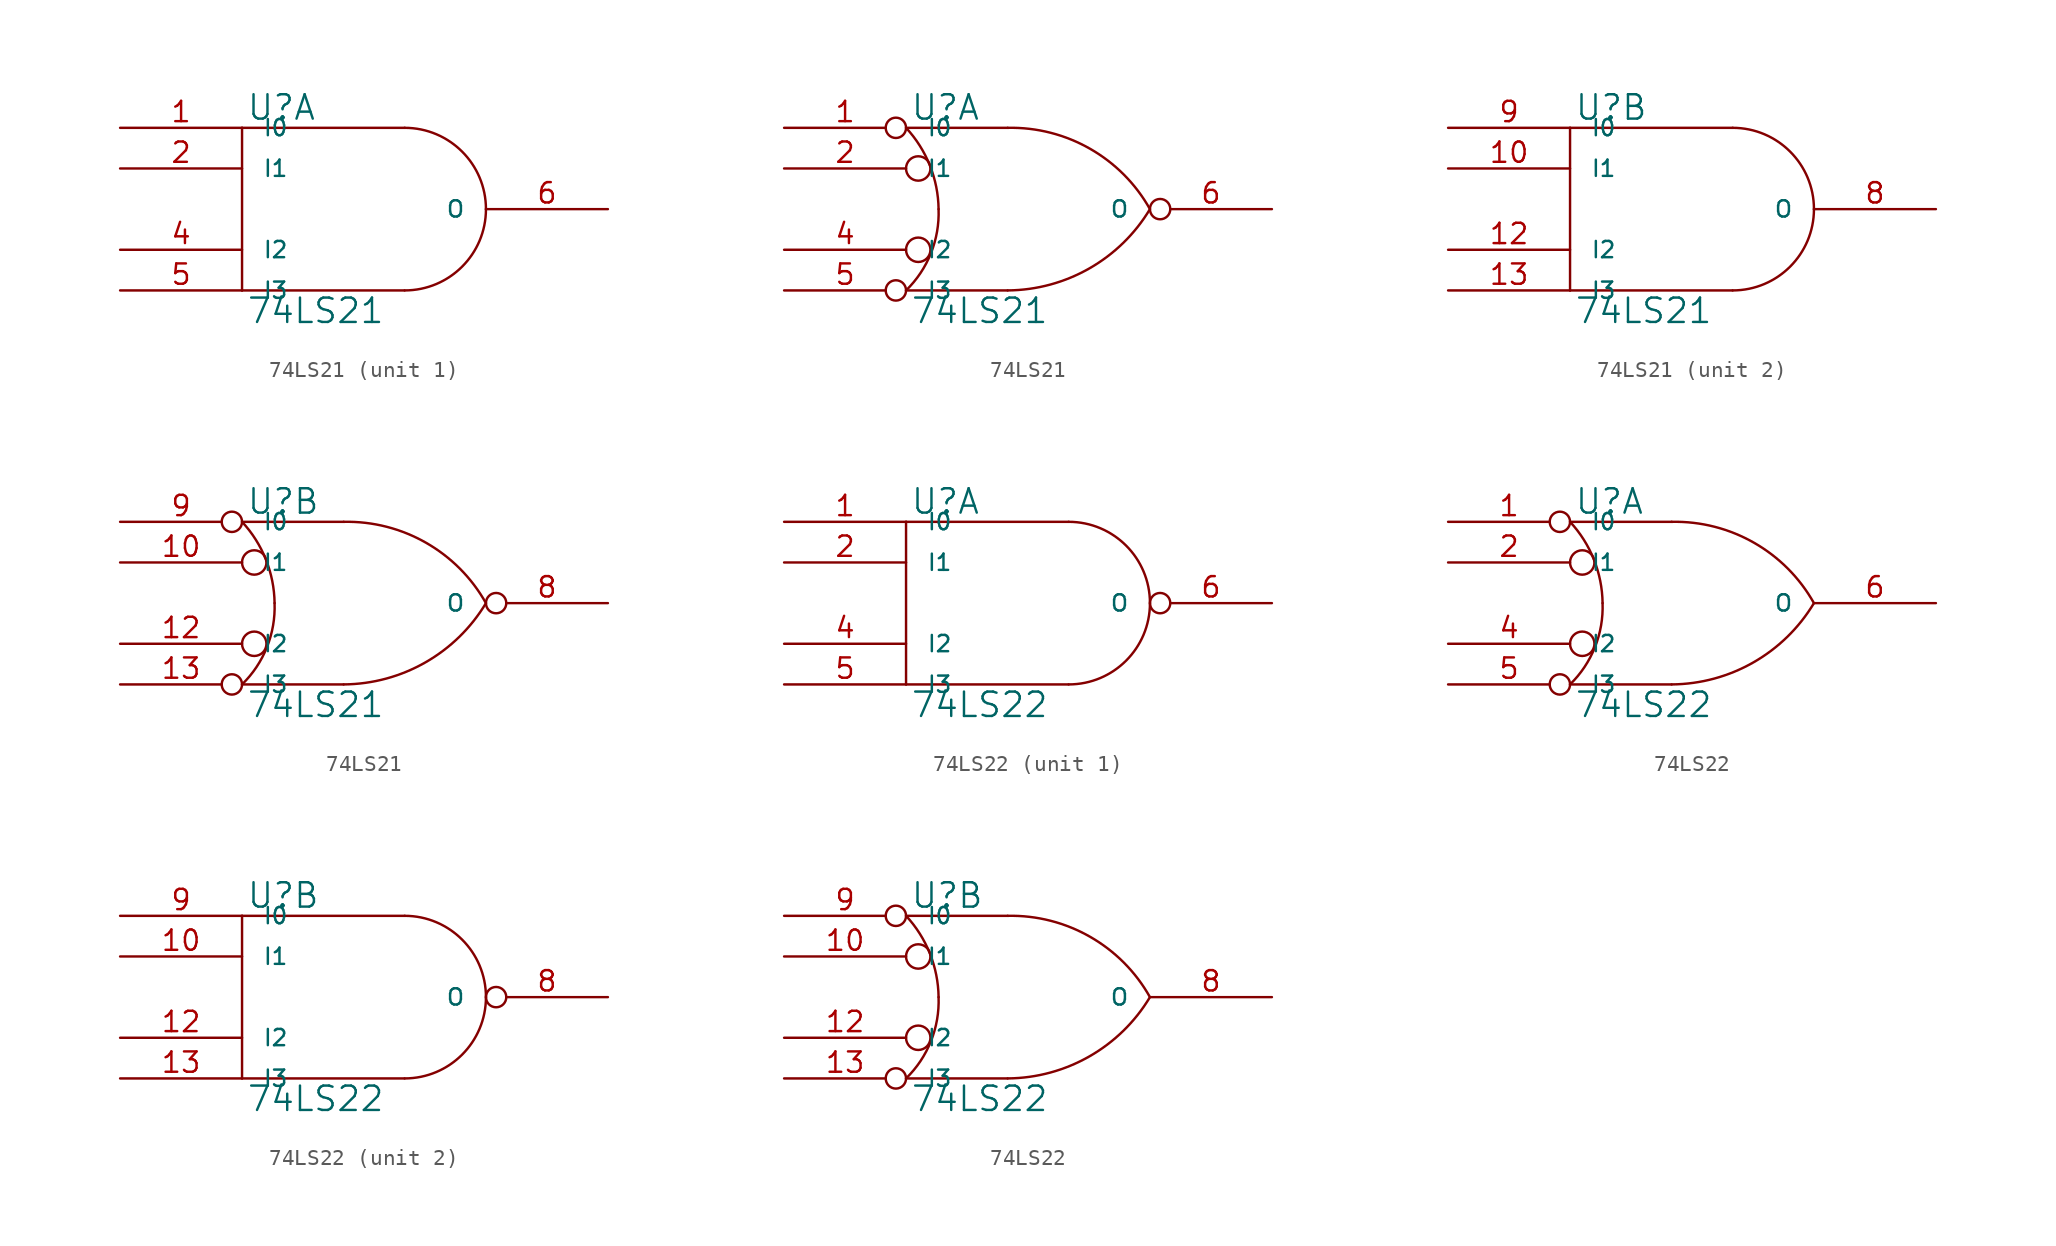
<source format=kicad_sym>
(kicad_symbol_lib
  (version 20231120)
  (generator "kicad_symbol_editor")
  (generator_version "8.0")
  (symbol "74LS21"
    (pin_names
      (offset 1.27))
    (property "Reference" "U"
      (at 0.254 0.381 0)
      (effects (font (size 1.524 1.524)) (justify left bottom)))
    (property "Value" "74LS21"
      (at 0.254 -10.541 0)
      (effects (font (size 1.524 1.524)) (justify left top)))
    (symbol "74LS21_0_1"
      (polyline (pts (xy 0 -10.16) (xy 10.16 -10.16)) (stroke (width 0) (type solid)) (fill (type none)))
      (polyline (pts (xy 0 0) (xy 0 -10.16)) (stroke (width 0) (type solid)) (fill (type none)))
      (polyline (pts (xy 10.16 0) (xy 0 0)) (stroke (width 0) (type solid)) (fill (type none)))
      (arc (start 10.16 -10.16) (mid 13.7521 -8.6721) (end 15.24 -5.08) (stroke (width 0) (type solid)) (fill (type none)))
      (arc (start 15.24 -5.08) (mid 13.7521 -1.4879) (end 10.16 0) (stroke (width 0) (type solid)) (fill (type none))))
    (symbol "74LS21_0_2"
      (arc (start 0 -10.16) (mid 1.5573 -7.8293) (end 2.032 -5.08) (stroke (width 0) (type solid)) (fill (type none)))
      (polyline (pts (xy 6.35 -10.16) (xy 0 -10.16)) (stroke (width 0) (type solid)) (fill (type none)))
      (polyline (pts (xy 6.35 0) (xy 0 0)) (stroke (width 0) (type solid)) (fill (type none)))
      (circle (center 0.762 -7.62) (radius 0.762) (stroke (width 0) (type solid)) (fill (type none)))
      (circle (center 0.762 -2.54) (radius 0.762) (stroke (width 0) (type solid)) (fill (type none)))
      (arc (start 2.032 -5.08) (mid 1.4906 -2.3584) (end 0 0) (stroke (width 0) (type solid)) (fill (type none)))
      (arc (start 6.35 -10.16) (mid 11.4496 -8.7875) (end 15.24 -5.08) (stroke (width 0) (type solid)) (fill (type none)))
      (arc (start 15.24 -5.08) (mid 11.4893 -1.3041) (end 6.35 0) (stroke (width 0) (type solid)) (fill (type none))))
    (symbol "74LS21_1_1"
      (pin input line (at -7.62 0 0) (length 7.62) (name "I0" (effects (font (size 1.016 1.016)))) (number "1" (effects (font (size 1.27 1.27)))))
      (pin power_in line (at 0 0 270) (length 0) hide (name "VCC" (effects (font (size 1.016 1.016)))) (number "14" (effects (font (size 1.27 1.27)))))
      (pin input line (at -7.62 -2.54 0) (length 7.62) (name "I1" (effects (font (size 1.016 1.016)))) (number "2" (effects (font (size 1.27 1.27)))))
      (pin input line (at -7.62 -7.62 0) (length 7.62) (name "I2" (effects (font (size 1.016 1.016)))) (number "4" (effects (font (size 1.27 1.27)))))
      (pin input line (at -7.62 -10.16 0) (length 7.62) (name "I3" (effects (font (size 1.016 1.016)))) (number "5" (effects (font (size 1.27 1.27)))))
      (pin output line (at 22.86 -5.08 180) (length 7.62) (name "O" (effects (font (size 1.016 1.016)))) (number "6" (effects (font (size 1.27 1.27)))))
      (pin power_in line (at 0 -10.16 90) (length 0) hide (name "GND" (effects (font (size 1.016 1.016)))) (number "7" (effects (font (size 1.27 1.27))))))
    (symbol "74LS21_1_2"
      (pin input inverted (at -7.62 0 0) (length 7.62) (name "I0" (effects (font (size 1.016 1.016)))) (number "1" (effects (font (size 1.27 1.27)))))
      (pin power_in line (at 0 0 270) (length 0) hide (name "VCC" (effects (font (size 1.016 1.016)))) (number "14" (effects (font (size 1.27 1.27)))))
      (pin input line (at -7.62 -2.54 0) (length 7.62) (name "I1" (effects (font (size 1.016 1.016)))) (number "2" (effects (font (size 1.27 1.27)))))
      (pin input line (at -7.62 -7.62 0) (length 7.62) (name "I2" (effects (font (size 1.016 1.016)))) (number "4" (effects (font (size 1.27 1.27)))))
      (pin input inverted (at -7.62 -10.16 0) (length 7.62) (name "I3" (effects (font (size 1.016 1.016)))) (number "5" (effects (font (size 1.27 1.27)))))
      (pin output inverted (at 22.86 -5.08 180) (length 7.62) (name "O" (effects (font (size 1.016 1.016)))) (number "6" (effects (font (size 1.27 1.27)))))
      (pin power_in line (at 0 -10.16 90) (length 0) hide (name "GND" (effects (font (size 1.016 1.016)))) (number "7" (effects (font (size 1.27 1.27))))))
    (symbol "74LS21_2_1"
      (pin input line (at -7.62 -2.54 0) (length 7.62) (name "I1" (effects (font (size 1.016 1.016)))) (number "10" (effects (font (size 1.27 1.27)))))
      (pin input line (at -7.62 -7.62 0) (length 7.62) (name "I2" (effects (font (size 1.016 1.016)))) (number "12" (effects (font (size 1.27 1.27)))))
      (pin input line (at -7.62 -10.16 0) (length 7.62) (name "I3" (effects (font (size 1.016 1.016)))) (number "13" (effects (font (size 1.27 1.27)))))
      (pin power_in line (at 0 0 270) (length 0) hide (name "VCC" (effects (font (size 1.016 1.016)))) (number "14" (effects (font (size 1.27 1.27)))))
      (pin power_in line (at 0 -10.16 90) (length 0) hide (name "GND" (effects (font (size 1.016 1.016)))) (number "7" (effects (font (size 1.27 1.27)))))
      (pin output line (at 22.86 -5.08 180) (length 7.62) (name "O" (effects (font (size 1.016 1.016)))) (number "8" (effects (font (size 1.27 1.27)))))
      (pin input line (at -7.62 0 0) (length 7.62) (name "I0" (effects (font (size 1.016 1.016)))) (number "9" (effects (font (size 1.27 1.27))))))
    (symbol "74LS21_2_2"
      (pin input line (at -7.62 -2.54 0) (length 7.62) (name "I1" (effects (font (size 1.016 1.016)))) (number "10" (effects (font (size 1.27 1.27)))))
      (pin input line (at -7.62 -7.62 0) (length 7.62) (name "I2" (effects (font (size 1.016 1.016)))) (number "12" (effects (font (size 1.27 1.27)))))
      (pin input inverted (at -7.62 -10.16 0) (length 7.62) (name "I3" (effects (font (size 1.016 1.016)))) (number "13" (effects (font (size 1.27 1.27)))))
      (pin power_in line (at 0 0 270) (length 0) hide (name "VCC" (effects (font (size 1.016 1.016)))) (number "14" (effects (font (size 1.27 1.27)))))
      (pin power_in line (at 0 -10.16 90) (length 0) hide (name "GND" (effects (font (size 1.016 1.016)))) (number "7" (effects (font (size 1.27 1.27)))))
      (pin output inverted (at 22.86 -5.08 180) (length 7.62) (name "O" (effects (font (size 1.016 1.016)))) (number "8" (effects (font (size 1.27 1.27)))))
      (pin input inverted (at -7.62 0 0) (length 7.62) (name "I0" (effects (font (size 1.016 1.016)))) (number "9" (effects (font (size 1.27 1.27)))))))
  (symbol "74LS22"
    (pin_names
      (offset 1.27))
    (property "Reference" "U"
      (at 0.254 0.381 0)
      (effects (font (size 1.524 1.524)) (justify left bottom)))
    (property "Value" "74LS22"
      (at 0.254 -10.541 0)
      (effects (font (size 1.524 1.524)) (justify left top)))
    (symbol "74LS22_0_1"
      (polyline (pts (xy 0 -10.16) (xy 10.16 -10.16)) (stroke (width 0) (type solid)) (fill (type none)))
      (polyline (pts (xy 0 0) (xy 0 -10.16)) (stroke (width 0) (type solid)) (fill (type none)))
      (polyline (pts (xy 10.16 0) (xy 0 0)) (stroke (width 0) (type solid)) (fill (type none)))
      (arc (start 10.16 -10.16) (mid 13.7521 -8.6721) (end 15.24 -5.08) (stroke (width 0) (type solid)) (fill (type none)))
      (arc (start 15.24 -5.08) (mid 13.7521 -1.4879) (end 10.16 0) (stroke (width 0) (type solid)) (fill (type none))))
    (symbol "74LS22_0_2"
      (arc (start 0 -10.16) (mid 1.5573 -7.8293) (end 2.032 -5.08) (stroke (width 0) (type solid)) (fill (type none)))
      (polyline (pts (xy 6.35 -10.16) (xy 0 -10.16)) (stroke (width 0) (type solid)) (fill (type none)))
      (polyline (pts (xy 6.35 0) (xy 0 0)) (stroke (width 0) (type solid)) (fill (type none)))
      (circle (center 0.762 -7.62) (radius 0.762) (stroke (width 0) (type solid)) (fill (type none)))
      (circle (center 0.762 -2.54) (radius 0.762) (stroke (width 0) (type solid)) (fill (type none)))
      (arc (start 2.032 -5.08) (mid 1.4906 -2.3584) (end 0 0) (stroke (width 0) (type solid)) (fill (type none)))
      (arc (start 6.35 -10.16) (mid 11.4496 -8.7875) (end 15.24 -5.08) (stroke (width 0) (type solid)) (fill (type none)))
      (arc (start 15.24 -5.08) (mid 11.4893 -1.3041) (end 6.35 0) (stroke (width 0) (type solid)) (fill (type none))))
    (symbol "74LS22_1_1"
      (pin input line (at -7.62 0 0) (length 7.62) (name "I0" (effects (font (size 1.016 1.016)))) (number "1" (effects (font (size 1.27 1.27)))))
      (pin power_in line (at 0 0 270) (length 0) hide (name "VCC" (effects (font (size 1.016 1.016)))) (number "14" (effects (font (size 1.27 1.27)))))
      (pin input line (at -7.62 -2.54 0) (length 7.62) (name "I1" (effects (font (size 1.016 1.016)))) (number "2" (effects (font (size 1.27 1.27)))))
      (pin input line (at -7.62 -7.62 0) (length 7.62) (name "I2" (effects (font (size 1.016 1.016)))) (number "4" (effects (font (size 1.27 1.27)))))
      (pin input line (at -7.62 -10.16 0) (length 7.62) (name "I3" (effects (font (size 1.016 1.016)))) (number "5" (effects (font (size 1.27 1.27)))))
      (pin open_collector inverted (at 22.86 -5.08 180) (length 7.62) (name "O" (effects (font (size 1.016 1.016)))) (number "6" (effects (font (size 1.27 1.27)))))
      (pin power_in line (at 0 -10.16 90) (length 0) hide (name "GND" (effects (font (size 1.016 1.016)))) (number "7" (effects (font (size 1.27 1.27))))))
    (symbol "74LS22_1_2"
      (pin input inverted (at -7.62 0 0) (length 7.62) (name "I0" (effects (font (size 1.016 1.016)))) (number "1" (effects (font (size 1.27 1.27)))))
      (pin power_in line (at 0 0 270) (length 0) hide (name "VCC" (effects (font (size 1.016 1.016)))) (number "14" (effects (font (size 1.27 1.27)))))
      (pin input line (at -7.62 -2.54 0) (length 7.62) (name "I1" (effects (font (size 1.016 1.016)))) (number "2" (effects (font (size 1.27 1.27)))))
      (pin input line (at -7.62 -7.62 0) (length 7.62) (name "I2" (effects (font (size 1.016 1.016)))) (number "4" (effects (font (size 1.27 1.27)))))
      (pin input inverted (at -7.62 -10.16 0) (length 7.62) (name "I3" (effects (font (size 1.016 1.016)))) (number "5" (effects (font (size 1.27 1.27)))))
      (pin open_collector line (at 22.86 -5.08 180) (length 7.62) (name "O" (effects (font (size 1.016 1.016)))) (number "6" (effects (font (size 1.27 1.27)))))
      (pin power_in line (at 0 -10.16 90) (length 0) hide (name "GND" (effects (font (size 1.016 1.016)))) (number "7" (effects (font (size 1.27 1.27))))))
    (symbol "74LS22_2_1"
      (pin input line (at -7.62 -2.54 0) (length 7.62) (name "I1" (effects (font (size 1.016 1.016)))) (number "10" (effects (font (size 1.27 1.27)))))
      (pin input line (at -7.62 -7.62 0) (length 7.62) (name "I2" (effects (font (size 1.016 1.016)))) (number "12" (effects (font (size 1.27 1.27)))))
      (pin input line (at -7.62 -10.16 0) (length 7.62) (name "I3" (effects (font (size 1.016 1.016)))) (number "13" (effects (font (size 1.27 1.27)))))
      (pin power_in line (at 0 0 270) (length 0) hide (name "VCC" (effects (font (size 1.016 1.016)))) (number "14" (effects (font (size 1.27 1.27)))))
      (pin power_in line (at 0 -10.16 90) (length 0) hide (name "GND" (effects (font (size 1.016 1.016)))) (number "7" (effects (font (size 1.27 1.27)))))
      (pin open_collector inverted (at 22.86 -5.08 180) (length 7.62) (name "O" (effects (font (size 1.016 1.016)))) (number "8" (effects (font (size 1.27 1.27)))))
      (pin input line (at -7.62 0 0) (length 7.62) (name "I0" (effects (font (size 1.016 1.016)))) (number "9" (effects (font (size 1.27 1.27))))))
    (symbol "74LS22_2_2"
      (pin input line (at -7.62 -2.54 0) (length 7.62) (name "I1" (effects (font (size 1.016 1.016)))) (number "10" (effects (font (size 1.27 1.27)))))
      (pin input line (at -7.62 -7.62 0) (length 7.62) (name "I2" (effects (font (size 1.016 1.016)))) (number "12" (effects (font (size 1.27 1.27)))))
      (pin input inverted (at -7.62 -10.16 0) (length 7.62) (name "I3" (effects (font (size 1.016 1.016)))) (number "13" (effects (font (size 1.27 1.27)))))
      (pin power_in line (at 0 0 270) (length 0) hide (name "VCC" (effects (font (size 1.016 1.016)))) (number "14" (effects (font (size 1.27 1.27)))))
      (pin power_in line (at 0 -10.16 90) (length 0) hide (name "GND" (effects (font (size 1.016 1.016)))) (number "7" (effects (font (size 1.27 1.27)))))
      (pin open_collector line (at 22.86 -5.08 180) (length 7.62) (name "O" (effects (font (size 1.016 1.016)))) (number "8" (effects (font (size 1.27 1.27)))))
      (pin input inverted (at -7.62 0 0) (length 7.62) (name "I0" (effects (font (size 1.016 1.016)))) (number "9" (effects (font (size 1.27 1.27))))))))
</source>
